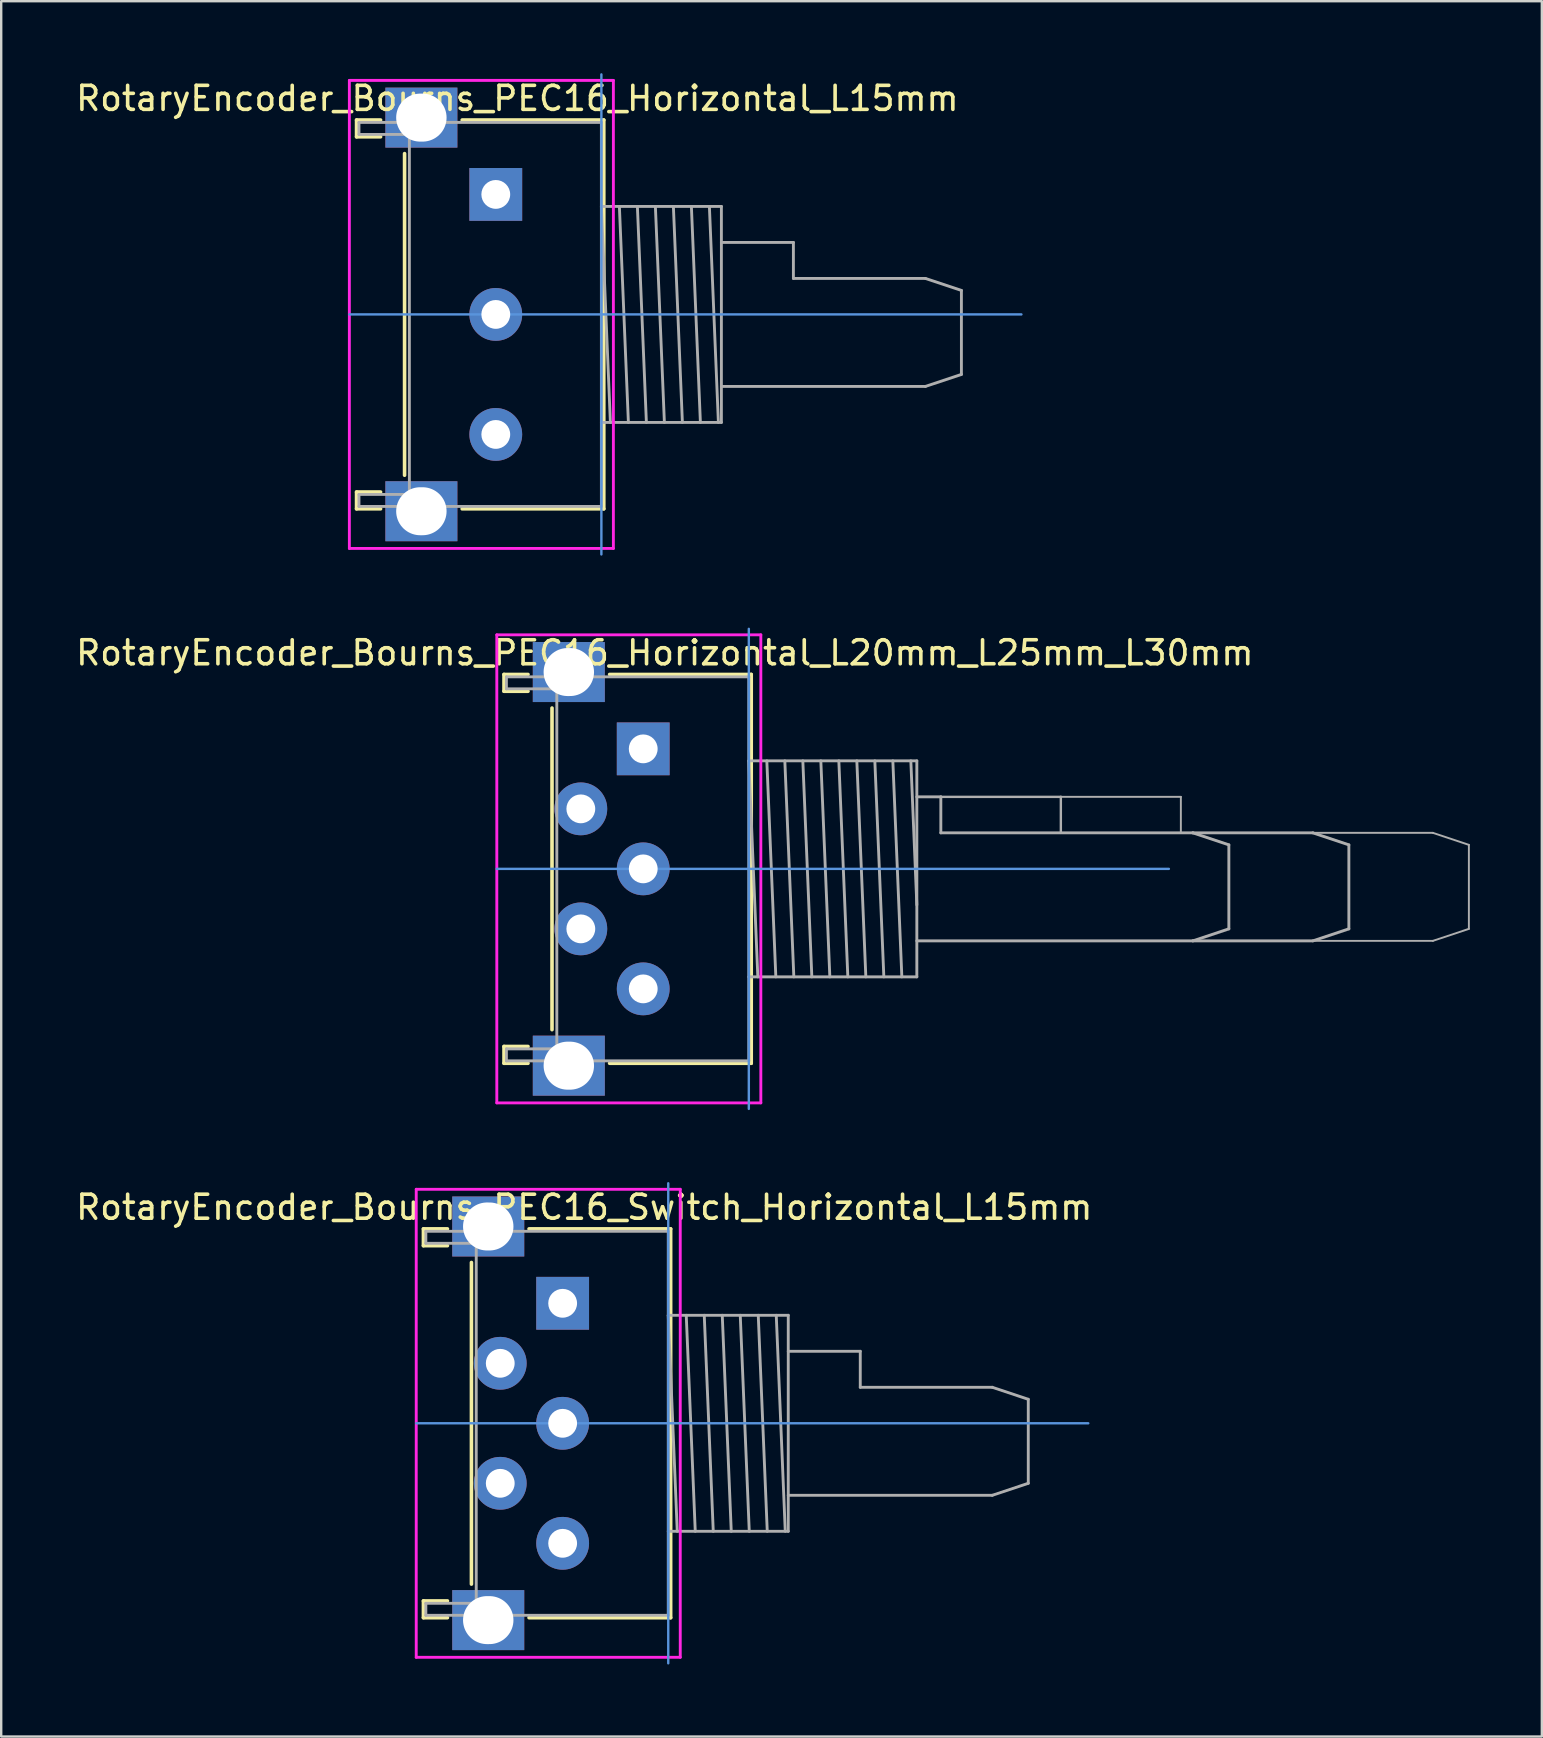
<source format=kicad_pcb>
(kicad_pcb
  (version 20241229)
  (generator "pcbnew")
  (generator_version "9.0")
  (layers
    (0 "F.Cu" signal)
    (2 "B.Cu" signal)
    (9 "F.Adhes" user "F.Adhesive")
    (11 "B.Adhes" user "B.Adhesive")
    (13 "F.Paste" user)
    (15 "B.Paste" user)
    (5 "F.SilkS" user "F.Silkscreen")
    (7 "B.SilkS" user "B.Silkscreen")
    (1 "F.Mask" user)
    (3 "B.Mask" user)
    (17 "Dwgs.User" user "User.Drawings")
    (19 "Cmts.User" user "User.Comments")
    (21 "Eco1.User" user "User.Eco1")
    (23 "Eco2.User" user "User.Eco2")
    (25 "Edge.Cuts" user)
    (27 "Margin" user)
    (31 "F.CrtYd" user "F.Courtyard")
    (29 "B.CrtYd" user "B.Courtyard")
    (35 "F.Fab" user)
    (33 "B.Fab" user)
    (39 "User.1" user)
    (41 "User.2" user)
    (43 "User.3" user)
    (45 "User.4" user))
  (footprint "RotaryEncoder_Bourns_PEC16_Horizontal_L15mm"
    (layer "F.Cu")
    (at 14.506 10.05)
    (property "Reference" "RotaryEncoder_Bourns_PEC16_Horizontal_L15mm" (at 4 -9 0) (layer "F.SilkS") (effects (font (size 1 1) (thickness 0.15))))
    (attr through_hole)
    (fp_line (start -2.7 -8.1) (end -2.7 -7.4) (stroke (width 0.15) (type solid)) (layer "F.SilkS"))
    (fp_line (start -2.7 -7.4) (end -1.7 -7.4) (stroke (width 0.15) (type solid)) (layer "F.SilkS"))
    (fp_line (start -2.7 7.4) (end -2.7 8.1) (stroke (width 0.15) (type solid)) (layer "F.SilkS"))
    (fp_line (start -2.7 8.1) (end -1.7 8.1) (stroke (width 0.15) (type solid)) (layer "F.SilkS"))
    (fp_line (start -1.7 -8.1) (end -2.7 -8.1) (stroke (width 0.15) (type solid)) (layer "F.SilkS"))
    (fp_line (start -1.7 7.4) (end -2.7 7.4) (stroke (width 0.15) (type solid)) (layer "F.SilkS"))
    (fp_line (start -0.7 -6.7) (end -0.7 6.7) (stroke (width 0.15) (type solid)) (layer "F.SilkS"))
    (fp_line (start 1.7 8.1) (end 7.6 8.1) (stroke (width 0.15) (type solid)) (layer "F.SilkS"))
    (fp_line (start 7.6 -8.1) (end 1.7 -8.1) (stroke (width 0.15) (type solid)) (layer "F.SilkS"))
    (fp_line (start 7.6 8.1) (end 7.6 -8.1) (stroke (width 0.15) (type solid)) (layer "F.SilkS"))
    (fp_line (start 7.5 10) (end 7.5 -10) (stroke (width 0.1) (type solid)) (layer "Cmts.User"))
    (fp_line (start 25 0) (end -3 0) (stroke (width 0.1) (type solid)) (layer "Cmts.User"))
    (fp_line (start -3 -9.75) (end -3 9.75) (stroke (width 0.12) (type solid)) (layer "F.CrtYd"))
    (fp_line (start -3 9.75) (end 8 9.75) (stroke (width 0.12) (type solid)) (layer "F.CrtYd"))
    (fp_line (start 8 -9.75) (end -3 -9.75) (stroke (width 0.12) (type solid)) (layer "F.CrtYd"))
    (fp_line (start 8 9.75) (end 8 -9.75) (stroke (width 0.12) (type solid)) (layer "F.CrtYd"))
    (fp_line (start -2.6 -8) (end -2.6 -7.5) (stroke (width 0.12) (type solid)) (layer "F.Fab"))
    (fp_line (start -2.6 -7.5) (end -0.5 -7.5) (stroke (width 0.12) (type solid)) (layer "F.Fab"))
    (fp_line (start -2.6 7.5) (end -0.5 7.5) (stroke (width 0.12) (type solid)) (layer "F.Fab"))
    (fp_line (start -2.6 8) (end -2.6 7.5) (stroke (width 0.12) (type solid)) (layer "F.Fab"))
    (fp_line (start -0.5 -8) (end -2.6 -8) (stroke (width 0.12) (type solid)) (layer "F.Fab"))
    (fp_line (start -0.5 -7.5) (end -0.5 7.5) (stroke (width 0.12) (type solid)) (layer "F.Fab"))
    (fp_line (start -0.5 8) (end -2.6 8) (stroke (width 0.12) (type solid)) (layer "F.Fab"))
    (fp_line (start -0.5 8) (end 7.5 8) (stroke (width 0.12) (type solid)) (layer "F.Fab"))
    (fp_line (start 7.5 -8) (end -0.5 -8) (stroke (width 0.12) (type solid)) (layer "F.Fab"))
    (fp_line (start 7.5 -4.5) (end 7.875 4.5) (stroke (width 0.12) (type solid)) (layer "F.Fab"))
    (fp_line (start 7.5 -4.5) (end 12.5 -4.5) (stroke (width 0.12) (type solid)) (layer "F.Fab"))
    (fp_line (start 7.5 8) (end 7.5 -8) (stroke (width 0.12) (type solid)) (layer "F.Fab"))
    (fp_line (start 8.25 -4.5) (end 8.625 4.5) (stroke (width 0.12) (type solid)) (layer "F.Fab"))
    (fp_line (start 9 -4.5) (end 9.375 4.5) (stroke (width 0.12) (type solid)) (layer "F.Fab"))
    (fp_line (start 9.75 -4.5) (end 10.125 4.5) (stroke (width 0.12) (type solid)) (layer "F.Fab"))
    (fp_line (start 10.5 -4.5) (end 10.875 4.5) (stroke (width 0.12) (type solid)) (layer "F.Fab"))
    (fp_line (start 11.25 -4.5) (end 11.625 4.5) (stroke (width 0.12) (type solid)) (layer "F.Fab"))
    (fp_line (start 12 -4.5) (end 12.375 4.5) (stroke (width 0.12) (type solid)) (layer "F.Fab"))
    (fp_line (start 12.5 -4.5) (end 12.5 4.5) (stroke (width 0.12) (type solid)) (layer "F.Fab"))
    (fp_line (start 12.5 -3) (end 15.5 -3) (stroke (width 0.12) (type solid)) (layer "F.Fab"))
    (fp_line (start 12.5 4.5) (end 7.5 4.5) (stroke (width 0.12) (type solid)) (layer "F.Fab"))
    (fp_line (start 15.5 -3) (end 15.5 -1.5) (stroke (width 0.12) (type solid)) (layer "F.Fab"))
    (fp_line (start 15.5 -1.5) (end 21 -1.5) (stroke (width 0.12) (type solid)) (layer "F.Fab"))
    (fp_line (start 21 -1.5) (end 22.5 -1) (stroke (width 0.12) (type solid)) (layer "F.Fab"))
    (fp_line (start 21 3) (end 12.5 3) (stroke (width 0.12) (type solid)) (layer "F.Fab"))
    (fp_line (start 21 3) (end 22.5 2.5) (stroke (width 0.12) (type solid)) (layer "F.Fab"))
    (fp_line (start 22.5 -1) (end 22.5 2.5) (stroke (width 0.12) (type solid)) (layer "F.Fab"))
    (pad "A" thru_hole circle (at 3.1 5) (size 2.2 2.2) (drill 1.2) (layers "*.Cu" "*.Mask"))
    (pad "B" thru_hole circle (at 3.1 0) (size 2.2 2.2) (drill 1.2) (layers "*.Cu" "*.Mask"))
    (pad "C" thru_hole rect (at 3.1 -5) (size 2.2 2.2) (drill 1.2) (layers "*.Cu" "*.Mask"))
    (pad "MP" thru_hole rect (at 0 -8.2) (size 3 2.5) (drill oval 2.1 2) (layers "*.Cu" "*.Mask"))
    (pad "MP" thru_hole rect (at 0 8.2) (size 3 2.5) (drill oval 2.1 2) (layers "*.Cu" "*.Mask")))
  (footprint "RotaryEncoder_Bourns_PEC16_Switch_Horizontal_L15mm"
    (layer "F.Cu")
    (at 17.292 56.25)
    (property "Reference" "RotaryEncoder_Bourns_PEC16_Switch_Horizontal_L15mm" (at 4 -9 0) (layer "F.SilkS") (effects (font (size 1 1) (thickness 0.15))))
    (attr through_hole)
    (fp_line (start -2.7 -8.1) (end -2.7 -7.4) (stroke (width 0.15) (type solid)) (layer "F.SilkS"))
    (fp_line (start -2.7 -7.4) (end -1.7 -7.4) (stroke (width 0.15) (type solid)) (layer "F.SilkS"))
    (fp_line (start -2.7 7.4) (end -2.7 8.1) (stroke (width 0.15) (type solid)) (layer "F.SilkS"))
    (fp_line (start -2.7 8.1) (end -1.7 8.1) (stroke (width 0.15) (type solid)) (layer "F.SilkS"))
    (fp_line (start -1.7 -8.1) (end -2.7 -8.1) (stroke (width 0.15) (type solid)) (layer "F.SilkS"))
    (fp_line (start -1.7 7.4) (end -2.7 7.4) (stroke (width 0.15) (type solid)) (layer "F.SilkS"))
    (fp_line (start -0.7 -6.7) (end -0.7 6.7) (stroke (width 0.15) (type solid)) (layer "F.SilkS"))
    (fp_line (start 1.7 8.1) (end 7.6 8.1) (stroke (width 0.15) (type solid)) (layer "F.SilkS"))
    (fp_line (start 7.6 -8.1) (end 1.7 -8.1) (stroke (width 0.15) (type solid)) (layer "F.SilkS"))
    (fp_line (start 7.6 8.1) (end 7.6 -8.1) (stroke (width 0.15) (type solid)) (layer "F.SilkS"))
    (fp_line (start 7.5 10) (end 7.5 -10) (stroke (width 0.1) (type solid)) (layer "Cmts.User"))
    (fp_line (start 25 0) (end -3 0) (stroke (width 0.1) (type solid)) (layer "Cmts.User"))
    (fp_line (start -3 -9.75) (end -3 9.75) (stroke (width 0.12) (type solid)) (layer "F.CrtYd"))
    (fp_line (start -3 9.75) (end 8 9.75) (stroke (width 0.12) (type solid)) (layer "F.CrtYd"))
    (fp_line (start 8 -9.75) (end -3 -9.75) (stroke (width 0.12) (type solid)) (layer "F.CrtYd"))
    (fp_line (start 8 9.75) (end 8 -9.75) (stroke (width 0.12) (type solid)) (layer "F.CrtYd"))
    (fp_line (start -2.6 -8) (end -2.6 -7.5) (stroke (width 0.12) (type solid)) (layer "F.Fab"))
    (fp_line (start -2.6 -7.5) (end -0.5 -7.5) (stroke (width 0.12) (type solid)) (layer "F.Fab"))
    (fp_line (start -2.6 7.5) (end -0.5 7.5) (stroke (width 0.12) (type solid)) (layer "F.Fab"))
    (fp_line (start -2.6 8) (end -2.6 7.5) (stroke (width 0.12) (type solid)) (layer "F.Fab"))
    (fp_line (start -0.5 -8) (end -2.6 -8) (stroke (width 0.12) (type solid)) (layer "F.Fab"))
    (fp_line (start -0.5 -7.5) (end -0.5 7.5) (stroke (width 0.12) (type solid)) (layer "F.Fab"))
    (fp_line (start -0.5 8) (end -2.6 8) (stroke (width 0.12) (type solid)) (layer "F.Fab"))
    (fp_line (start -0.5 8) (end 7.5 8) (stroke (width 0.12) (type solid)) (layer "F.Fab"))
    (fp_line (start 7.5 -8) (end -0.5 -8) (stroke (width 0.12) (type solid)) (layer "F.Fab"))
    (fp_line (start 7.5 -4.5) (end 7.875 4.5) (stroke (width 0.12) (type solid)) (layer "F.Fab"))
    (fp_line (start 7.5 -4.5) (end 12.5 -4.5) (stroke (width 0.12) (type solid)) (layer "F.Fab"))
    (fp_line (start 7.5 8) (end 7.5 -8) (stroke (width 0.12) (type solid)) (layer "F.Fab"))
    (fp_line (start 8.25 -4.5) (end 8.625 4.5) (stroke (width 0.12) (type solid)) (layer "F.Fab"))
    (fp_line (start 9 -4.5) (end 9.375 4.5) (stroke (width 0.12) (type solid)) (layer "F.Fab"))
    (fp_line (start 9.75 -4.5) (end 10.125 4.5) (stroke (width 0.12) (type solid)) (layer "F.Fab"))
    (fp_line (start 10.5 -4.5) (end 10.875 4.5) (stroke (width 0.12) (type solid)) (layer "F.Fab"))
    (fp_line (start 11.25 -4.5) (end 11.625 4.5) (stroke (width 0.12) (type solid)) (layer "F.Fab"))
    (fp_line (start 12 -4.5) (end 12.375 4.5) (stroke (width 0.12) (type solid)) (layer "F.Fab"))
    (fp_line (start 12.5 -4.5) (end 12.5 4.5) (stroke (width 0.12) (type solid)) (layer "F.Fab"))
    (fp_line (start 12.5 -3) (end 15.5 -3) (stroke (width 0.12) (type solid)) (layer "F.Fab"))
    (fp_line (start 12.5 4.5) (end 7.5 4.5) (stroke (width 0.12) (type solid)) (layer "F.Fab"))
    (fp_line (start 15.5 -3) (end 15.5 -1.5) (stroke (width 0.12) (type solid)) (layer "F.Fab"))
    (fp_line (start 15.5 -1.5) (end 21 -1.5) (stroke (width 0.12) (type solid)) (layer "F.Fab"))
    (fp_line (start 21 -1.5) (end 22.5 -1) (stroke (width 0.12) (type solid)) (layer "F.Fab"))
    (fp_line (start 21 3) (end 12.5 3) (stroke (width 0.12) (type solid)) (layer "F.Fab"))
    (fp_line (start 21 3) (end 22.5 2.5) (stroke (width 0.12) (type solid)) (layer "F.Fab"))
    (fp_line (start 22.5 -1) (end 22.5 2.5) (stroke (width 0.12) (type solid)) (layer "F.Fab"))
    (pad "A" thru_hole circle (at 3.1 5) (size 2.2 2.2) (drill 1.2) (layers "*.Cu" "*.Mask"))
    (pad "B" thru_hole circle (at 3.1 0) (size 2.2 2.2) (drill 1.2) (layers "*.Cu" "*.Mask"))
    (pad "C" thru_hole rect (at 3.1 -5) (size 2.2 2.2) (drill 1.2) (layers "*.Cu" "*.Mask"))
    (pad "MP" thru_hole rect (at 0 -8.2) (size 3 2.5) (drill oval 2.1 2) (layers "*.Cu" "*.Mask"))
    (pad "MP" thru_hole rect (at 0 8.2) (size 3 2.5) (drill oval 2.1 2) (layers "*.Cu" "*.Mask"))
    (pad "S1" thru_hole circle (at 0.5 2.5) (size 2.2 2.2) (drill 1.2) (layers "*.Cu" "*.Mask"))
    (pad "S2" thru_hole circle (at 0.5 -2.5) (size 2.2 2.2) (drill 1.2) (layers "*.Cu" "*.Mask")))
  (footprint "RotaryEncoder_Bourns_PEC16_Horizontal_L20mm_L25mm_L30mm"
    (layer "F.Cu")
    (at 20.649 33.15)
    (property "Reference" "RotaryEncoder_Bourns_PEC16_Horizontal_L20mm_L25mm_L30mm" (at 4 -9 0) (layer "F.SilkS") (effects (font (size 1 1) (thickness 0.15))))
    (attr through_hole)
    (fp_line (start -2.7 -8.1) (end -2.7 -7.4) (stroke (width 0.15) (type solid)) (layer "F.SilkS"))
    (fp_line (start -2.7 -7.4) (end -1.7 -7.4) (stroke (width 0.15) (type solid)) (layer "F.SilkS"))
    (fp_line (start -2.7 7.4) (end -2.7 8.1) (stroke (width 0.15) (type solid)) (layer "F.SilkS"))
    (fp_line (start -2.7 8.1) (end -1.7 8.1) (stroke (width 0.15) (type solid)) (layer "F.SilkS"))
    (fp_line (start -1.7 -8.1) (end -2.7 -8.1) (stroke (width 0.15) (type solid)) (layer "F.SilkS"))
    (fp_line (start -1.7 7.4) (end -2.7 7.4) (stroke (width 0.15) (type solid)) (layer "F.SilkS"))
    (fp_line (start -0.7 -6.7) (end -0.7 6.7) (stroke (width 0.15) (type solid)) (layer "F.SilkS"))
    (fp_line (start 1.7 8.1) (end 7.6 8.1) (stroke (width 0.15) (type solid)) (layer "F.SilkS"))
    (fp_line (start 7.6 -8.1) (end 1.7 -8.1) (stroke (width 0.15) (type solid)) (layer "F.SilkS"))
    (fp_line (start 7.6 8.1) (end 7.6 -8.1) (stroke (width 0.15) (type solid)) (layer "F.SilkS"))
    (fp_line (start 7.5 10) (end 7.5 -10) (stroke (width 0.1) (type solid)) (layer "Cmts.User"))
    (fp_line (start 25 0) (end -3 0) (stroke (width 0.1) (type solid)) (layer "Cmts.User"))
    (fp_line (start -3 -9.75) (end -3 9.75) (stroke (width 0.12) (type solid)) (layer "F.CrtYd"))
    (fp_line (start -3 9.75) (end 8 9.75) (stroke (width 0.12) (type solid)) (layer "F.CrtYd"))
    (fp_line (start 8 -9.75) (end -3 -9.75) (stroke (width 0.12) (type solid)) (layer "F.CrtYd"))
    (fp_line (start 8 9.75) (end 8 -9.75) (stroke (width 0.12) (type solid)) (layer "F.CrtYd"))
    (fp_line (start -2.6 -8) (end -2.6 -7.5) (stroke (width 0.12) (type solid)) (layer "F.Fab"))
    (fp_line (start -2.6 -7.5) (end -0.5 -7.5) (stroke (width 0.12) (type solid)) (layer "F.Fab"))
    (fp_line (start -2.6 7.5) (end -0.5 7.5) (stroke (width 0.12) (type solid)) (layer "F.Fab"))
    (fp_line (start -2.6 8) (end -2.6 7.5) (stroke (width 0.12) (type solid)) (layer "F.Fab"))
    (fp_line (start -0.5 -8) (end -2.6 -8) (stroke (width 0.12) (type solid)) (layer "F.Fab"))
    (fp_line (start -0.5 -7.5) (end -0.5 7.5) (stroke (width 0.12) (type solid)) (layer "F.Fab"))
    (fp_line (start -0.5 8) (end -2.6 8) (stroke (width 0.12) (type solid)) (layer "F.Fab"))
    (fp_line (start -0.5 8) (end 7.5 8) (stroke (width 0.12) (type solid)) (layer "F.Fab"))
    (fp_line (start 7.5 -8) (end -0.5 -8) (stroke (width 0.12) (type solid)) (layer "F.Fab"))
    (fp_line (start 7.5 -4.5) (end 7.875 4.5) (stroke (width 0.12) (type solid)) (layer "F.Fab"))
    (fp_line (start 7.5 -4.5) (end 14.5 -4.5) (stroke (width 0.12) (type solid)) (layer "F.Fab"))
    (fp_line (start 7.5 8) (end 7.5 -8) (stroke (width 0.12) (type solid)) (layer "F.Fab"))
    (fp_line (start 8.25 -4.5) (end 8.625 4.5) (stroke (width 0.12) (type solid)) (layer "F.Fab"))
    (fp_line (start 9 -4.5) (end 9.375 4.5) (stroke (width 0.12) (type solid)) (layer "F.Fab"))
    (fp_line (start 9.75 -4.5) (end 10.125 4.5) (stroke (width 0.12) (type solid)) (layer "F.Fab"))
    (fp_line (start 10.5 -4.5) (end 10.875 4.5) (stroke (width 0.12) (type solid)) (layer "F.Fab"))
    (fp_line (start 11.25 -4.5) (end 11.625 4.5) (stroke (width 0.12) (type solid)) (layer "F.Fab"))
    (fp_line (start 12 -4.5) (end 12.375 4.5) (stroke (width 0.12) (type solid)) (layer "F.Fab"))
    (fp_line (start 12.75 -4.5) (end 13.125 4.5) (stroke (width 0.12) (type solid)) (layer "F.Fab"))
    (fp_line (start 13.5 -4.5) (end 13.875 4.5) (stroke (width 0.12) (type solid)) (layer "F.Fab"))
    (fp_line (start 14.25 -4.5) (end 14.5 1.5) (stroke (width 0.12) (type solid)) (layer "F.Fab"))
    (fp_line (start 14.5 -4.5) (end 14.5 4.5) (stroke (width 0.12) (type solid)) (layer "F.Fab"))
    (fp_line (start 14.5 -3) (end 15.5 -3) (stroke (width 0.12) (type solid)) (layer "F.Fab"))
    (fp_line (start 14.5 4.5) (end 7.5 4.5) (stroke (width 0.12) (type solid)) (layer "F.Fab"))
    (fp_line (start 15.5 -3) (end 15.5 -1.5) (stroke (width 0.12) (type solid)) (layer "F.Fab"))
    (fp_line (start 15.5 -1.5) (end 26 -1.5) (stroke (width 0.12) (type solid)) (layer "F.Fab"))
    (fp_line (start 20.5 -3) (end 15.5 -3) (stroke (width 0.1) (type solid)) (layer "F.Fab"))
    (fp_line (start 20.5 -3) (end 20.5 -1.5) (stroke (width 0.1) (type solid)) (layer "F.Fab"))
    (fp_line (start 25.5 -3) (end 20.5 -3) (stroke (width 0.08) (type solid)) (layer "F.Fab"))
    (fp_line (start 25.5 -3) (end 25.5 -1.5) (stroke (width 0.08) (type solid)) (layer "F.Fab"))
    (fp_line (start 26 -1.5) (end 27.5 -1) (stroke (width 0.12) (type solid)) (layer "F.Fab"))
    (fp_line (start 26 -1.5) (end 31 -1.5) (stroke (width 0.12) (type solid)) (layer "F.Fab"))
    (fp_line (start 26 3) (end 14.5 3) (stroke (width 0.12) (type solid)) (layer "F.Fab"))
    (fp_line (start 26 3) (end 27.5 2.5) (stroke (width 0.12) (type solid)) (layer "F.Fab"))
    (fp_line (start 26 3) (end 31 3) (stroke (width 0.12) (type solid)) (layer "F.Fab"))
    (fp_line (start 27.5 -1) (end 27.5 2.5) (stroke (width 0.12) (type solid)) (layer "F.Fab"))
    (fp_line (start 31 -1.5) (end 32.5 -1) (stroke (width 0.12) (type solid)) (layer "F.Fab"))
    (fp_line (start 31 -1.5) (end 36 -1.5) (stroke (width 0.08) (type solid)) (layer "F.Fab"))
    (fp_line (start 31 3) (end 32.5 2.5) (stroke (width 0.12) (type solid)) (layer "F.Fab"))
    (fp_line (start 31 3) (end 36 3) (stroke (width 0.08) (type solid)) (layer "F.Fab"))
    (fp_line (start 32.5 -1) (end 32.5 2.5) (stroke (width 0.12) (type solid)) (layer "F.Fab"))
    (fp_line (start 36 -1.5) (end 37.5 -1) (stroke (width 0.08) (type solid)) (layer "F.Fab"))
    (fp_line (start 36 3) (end 37.5 2.5) (stroke (width 0.08) (type solid)) (layer "F.Fab"))
    (fp_line (start 37.5 -1) (end 37.5 2.5) (stroke (width 0.08) (type solid)) (layer "F.Fab"))
    (pad "A" thru_hole circle (at 3.1 5) (size 2.2 2.2) (drill 1.2) (layers "*.Cu" "*.Mask"))
    (pad "B" thru_hole circle (at 3.1 0) (size 2.2 2.2) (drill 1.2) (layers "*.Cu" "*.Mask"))
    (pad "C" thru_hole rect (at 3.1 -5) (size 2.2 2.2) (drill 1.2) (layers "*.Cu" "*.Mask"))
    (pad "MP" thru_hole rect (at 0 -8.2) (size 3 2.5) (drill oval 2.1 2) (layers "*.Cu" "*.Mask"))
    (pad "MP" thru_hole rect (at 0 8.2) (size 3 2.5) (drill oval 2.1 2) (layers "*.Cu" "*.Mask"))
    (pad "S1" thru_hole circle (at 0.5 2.5) (size 2.2 2.2) (drill 1.2) (layers "*.Cu" "*.Mask"))
    (pad "S2" thru_hole circle (at 0.5 -2.5) (size 2.2 2.2) (drill 1.2) (layers "*.Cu" "*.Mask")))
  (gr_rect
    (start -3 -3)
    (end 61.189 69.3)
    (stroke (width 0.1) (type default))
    (fill no)
    (layer "Edge.Cuts")))
</source>
